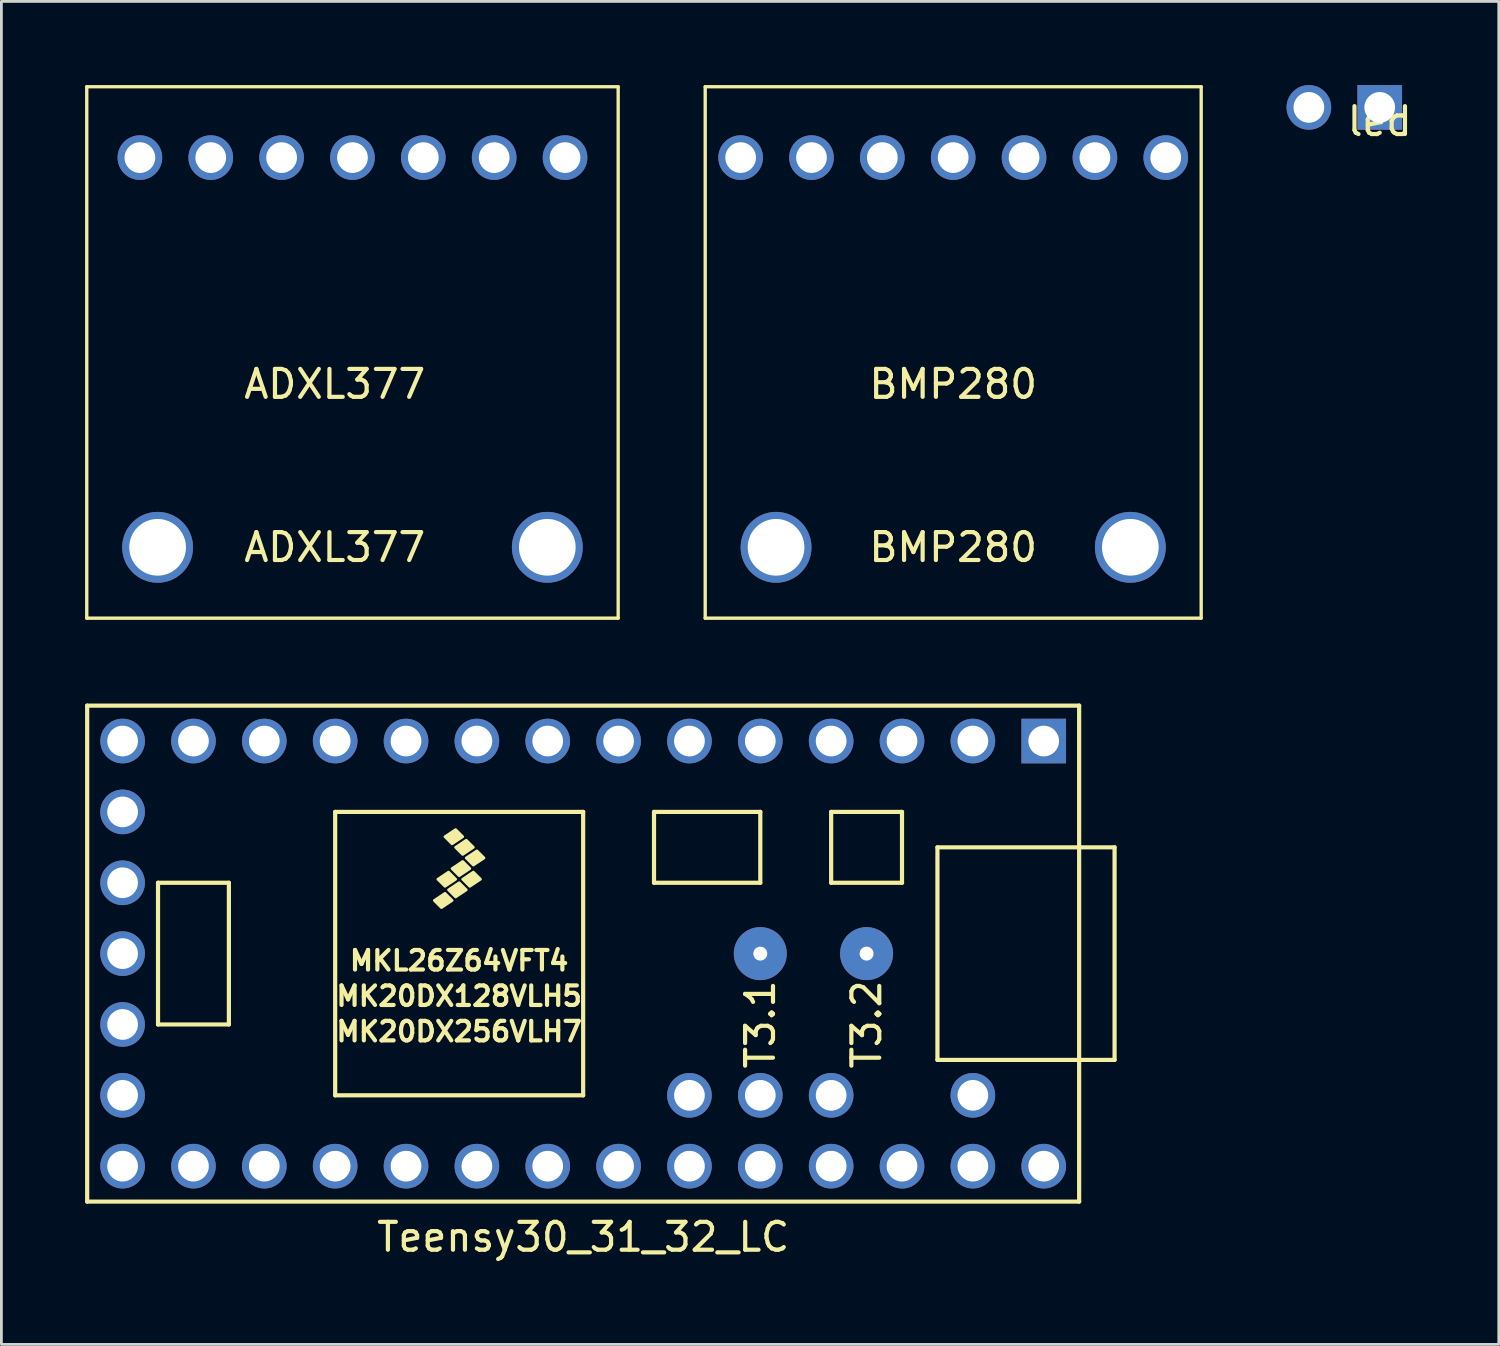
<source format=kicad_pcb>
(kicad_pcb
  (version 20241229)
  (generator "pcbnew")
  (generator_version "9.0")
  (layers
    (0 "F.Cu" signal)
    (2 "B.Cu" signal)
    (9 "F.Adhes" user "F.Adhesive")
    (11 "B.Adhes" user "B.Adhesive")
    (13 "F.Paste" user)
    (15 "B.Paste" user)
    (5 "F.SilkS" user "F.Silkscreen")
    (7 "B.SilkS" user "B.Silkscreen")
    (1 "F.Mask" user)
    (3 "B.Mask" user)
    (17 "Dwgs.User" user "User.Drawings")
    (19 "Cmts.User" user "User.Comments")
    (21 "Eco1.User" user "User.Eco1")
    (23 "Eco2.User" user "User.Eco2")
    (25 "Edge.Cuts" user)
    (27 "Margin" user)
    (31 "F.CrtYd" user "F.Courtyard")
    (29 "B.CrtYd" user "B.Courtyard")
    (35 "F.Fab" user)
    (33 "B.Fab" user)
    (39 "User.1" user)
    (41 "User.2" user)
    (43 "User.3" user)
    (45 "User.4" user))
  (footprint "Teensy30_31_32_LC"
    (layer "F.Cu")
    (at 20.395 31.135)
    (property "Reference" "Teensy30_31_32_LC" (at -2.54 10.16 180) (layer "F.SilkS") (effects (font (size 1 1) (thickness 0.15))))
    (attr through_hole)
    (fp_line (start -20.32 -8.89) (end 15.24 -8.89) (stroke (width 0.15) (type solid)) (layer "F.SilkS"))
    (fp_line (start -20.32 8.89) (end -20.32 -8.89) (stroke (width 0.15) (type solid)) (layer "F.SilkS"))
    (fp_line (start -17.78 -2.54) (end -15.24 -2.54) (stroke (width 0.15) (type solid)) (layer "F.SilkS"))
    (fp_line (start -17.78 2.54) (end -17.78 -2.54) (stroke (width 0.15) (type solid)) (layer "F.SilkS"))
    (fp_line (start -15.24 -2.54) (end -15.24 2.54) (stroke (width 0.15) (type solid)) (layer "F.SilkS"))
    (fp_line (start -15.24 2.54) (end -17.78 2.54) (stroke (width 0.15) (type solid)) (layer "F.SilkS"))
    (fp_line (start -11.43 -5.08) (end -11.43 5.08) (stroke (width 0.15) (type solid)) (layer "F.SilkS"))
    (fp_line (start -11.43 -5.08) (end -2.54 -5.08) (stroke (width 0.15) (type solid)) (layer "F.SilkS"))
    (fp_line (start -11.43 5.08) (end -2.54 5.08) (stroke (width 0.15) (type solid)) (layer "F.SilkS"))
    (fp_line (start -2.54 5.08) (end -2.54 -5.08) (stroke (width 0.15) (type solid)) (layer "F.SilkS"))
    (fp_line (start 0 -5.08) (end 0 -2.54) (stroke (width 0.15) (type solid)) (layer "F.SilkS"))
    (fp_line (start 0 -2.54) (end 3.81 -2.54) (stroke (width 0.15) (type solid)) (layer "F.SilkS"))
    (fp_line (start 3.81 -5.08) (end 0 -5.08) (stroke (width 0.15) (type solid)) (layer "F.SilkS"))
    (fp_line (start 3.81 -2.54) (end 3.81 -5.08) (stroke (width 0.15) (type solid)) (layer "F.SilkS"))
    (fp_line (start 6.35 -5.08) (end 6.35 -2.54) (stroke (width 0.15) (type solid)) (layer "F.SilkS"))
    (fp_line (start 6.35 -2.54) (end 8.89 -2.54) (stroke (width 0.15) (type solid)) (layer "F.SilkS"))
    (fp_line (start 8.89 -5.08) (end 6.35 -5.08) (stroke (width 0.15) (type solid)) (layer "F.SilkS"))
    (fp_line (start 8.89 -2.54) (end 8.89 -5.08) (stroke (width 0.15) (type solid)) (layer "F.SilkS"))
    (fp_line (start 10.16 -3.81) (end 10.16 3.81) (stroke (width 0.15) (type solid)) (layer "F.SilkS"))
    (fp_line (start 10.16 -3.81) (end 15.24 -3.81) (stroke (width 0.15) (type solid)) (layer "F.SilkS"))
    (fp_line (start 10.16 3.81) (end 15.24 3.81) (stroke (width 0.15) (type solid)) (layer "F.SilkS"))
    (fp_line (start 15.24 -8.89) (end 15.24 8.89) (stroke (width 0.15) (type solid)) (layer "F.SilkS"))
    (fp_line (start 15.24 -3.81) (end 16.51 -3.81) (stroke (width 0.15) (type solid)) (layer "F.SilkS"))
    (fp_line (start 15.24 8.89) (end -20.32 8.89) (stroke (width 0.15) (type solid)) (layer "F.SilkS"))
    (fp_line (start 16.51 -3.81) (end 16.51 3.81) (stroke (width 0.15) (type solid)) (layer "F.SilkS"))
    (fp_line (start 16.51 3.81) (end 15.24 3.81) (stroke (width 0.15) (type solid)) (layer "F.SilkS"))
    (fp_poly (pts (xy -7.493 -2.159) (xy -7.239 -1.905) (xy -7.62 -1.651) (xy -7.874 -1.905)) (stroke (width 0.1) (type solid)) (fill yes) (layer "F.SilkS"))
    (fp_poly (pts (xy -7.366 -2.921) (xy -7.112 -2.667) (xy -7.493 -2.413) (xy -7.747 -2.667)) (stroke (width 0.1) (type solid)) (fill yes) (layer "F.SilkS"))
    (fp_poly (pts (xy -7.112 -4.445) (xy -6.858 -4.191) (xy -7.239 -3.937) (xy -7.493 -4.191)) (stroke (width 0.1) (type solid)) (fill yes) (layer "F.SilkS"))
    (fp_poly (pts (xy -6.985 -2.54) (xy -6.731 -2.286) (xy -7.112 -2.032) (xy -7.366 -2.286)) (stroke (width 0.1) (type solid)) (fill yes) (layer "F.SilkS"))
    (fp_poly (pts (xy -6.858 -3.302) (xy -6.604 -3.048) (xy -6.985 -2.794) (xy -7.239 -3.048)) (stroke (width 0.1) (type solid)) (fill yes) (layer "F.SilkS"))
    (fp_poly (pts (xy -6.731 -4.064) (xy -6.477 -3.81) (xy -6.858 -3.556) (xy -7.112 -3.81)) (stroke (width 0.1) (type solid)) (fill yes) (layer "F.SilkS"))
    (fp_poly (pts (xy -6.477 -2.921) (xy -6.223 -2.667) (xy -6.604 -2.413) (xy -6.858 -2.667)) (stroke (width 0.1) (type solid)) (fill yes) (layer "F.SilkS"))
    (fp_poly (pts (xy -6.35 -3.683) (xy -6.096 -3.429) (xy -6.477 -3.175) (xy -6.731 -3.429)) (stroke (width 0.1) (type solid)) (fill yes) (layer "F.SilkS"))
    (fp_text user "MK20DX128VLH5" (at -6.985 1.524 180) (layer "F.SilkS") (effects (font (size 0.7 0.7) (thickness 0.15))))
    (fp_text user "MKL26Z64VFT4" (at -6.985 0.254 180) (layer "F.SilkS") (effects (font (size 0.7 0.7) (thickness 0.15))))
    (fp_text user "T3.1" (at 3.81 2.54 270) (layer "F.SilkS") (effects (font (size 1 1) (thickness 0.15))))
    (fp_text user "T3.2" (at 7.62 2.54 270) (layer "F.SilkS") (effects (font (size 1 1) (thickness 0.15))))
    (fp_text user "MK20DX256VLH7" (at -6.985 2.794 180) (layer "F.SilkS") (effects (font (size 0.7 0.7) (thickness 0.15))))
    (pad "1" thru_hole rect (at 13.97 -7.62 180) (size 1.6 1.6) (drill 1.1) (layers "*.Cu" "*.Mask"))
    (pad "2" thru_hole circle (at 11.43 -7.62 180) (size 1.6 1.6) (drill 1.1) (layers "*.Cu" "*.Mask"))
    (pad "3" thru_hole circle (at 8.89 -7.62 180) (size 1.6 1.6) (drill 1.1) (layers "*.Cu" "*.Mask"))
    (pad "4" thru_hole circle (at 6.35 -7.62 180) (size 1.6 1.6) (drill 1.1) (layers "*.Cu" "*.Mask"))
    (pad "5" thru_hole circle (at 3.81 -7.62 180) (size 1.6 1.6) (drill 1.1) (layers "*.Cu" "*.Mask"))
    (pad "6" thru_hole circle (at 1.27 -7.62 180) (size 1.6 1.6) (drill 1.1) (layers "*.Cu" "*.Mask"))
    (pad "7" thru_hole circle (at -1.27 -7.62 180) (size 1.6 1.6) (drill 1.1) (layers "*.Cu" "*.Mask"))
    (pad "8" thru_hole circle (at -3.81 -7.62 180) (size 1.6 1.6) (drill 1.1) (layers "*.Cu" "*.Mask"))
    (pad "9" thru_hole circle (at -6.35 -7.62 180) (size 1.6 1.6) (drill 1.1) (layers "*.Cu" "*.Mask"))
    (pad "10" thru_hole circle (at -8.89 -7.62 180) (size 1.6 1.6) (drill 1.1) (layers "*.Cu" "*.Mask"))
    (pad "11" thru_hole circle (at -11.43 -7.62 180) (size 1.6 1.6) (drill 1.1) (layers "*.Cu" "*.Mask"))
    (pad "12" thru_hole circle (at -13.97 -7.62 180) (size 1.6 1.6) (drill 1.1) (layers "*.Cu" "*.Mask"))
    (pad "13" thru_hole circle (at -16.51 -7.62 180) (size 1.6 1.6) (drill 1.1) (layers "*.Cu" "*.Mask"))
    (pad "14" thru_hole circle (at -19.05 -7.62 180) (size 1.6 1.6) (drill 1.1) (layers "*.Cu" "*.Mask"))
    (pad "15" thru_hole circle (at -19.05 -5.08 180) (size 1.6 1.6) (drill 1.1) (layers "*.Cu" "*.Mask"))
    (pad "16" thru_hole circle (at -19.05 -2.54 180) (size 1.6 1.6) (drill 1.1) (layers "*.Cu" "*.Mask"))
    (pad "17" thru_hole circle (at -19.05 0 180) (size 1.6 1.6) (drill 1.1) (layers "*.Cu" "*.Mask"))
    (pad "18" thru_hole circle (at -19.05 2.54 180) (size 1.6 1.6) (drill 1.1) (layers "*.Cu" "*.Mask"))
    (pad "19" thru_hole circle (at -19.05 5.08 180) (size 1.6 1.6) (drill 1.1) (layers "*.Cu" "*.Mask"))
    (pad "20" thru_hole circle (at -19.05 7.62 180) (size 1.6 1.6) (drill 1.1) (layers "*.Cu" "*.Mask"))
    (pad "21" thru_hole circle (at -16.51 7.62 180) (size 1.6 1.6) (drill 1.1) (layers "*.Cu" "*.Mask"))
    (pad "22" thru_hole circle (at -13.97 7.62 180) (size 1.6 1.6) (drill 1.1) (layers "*.Cu" "*.Mask"))
    (pad "23" thru_hole circle (at -11.43 7.62 180) (size 1.6 1.6) (drill 1.1) (layers "*.Cu" "*.Mask"))
    (pad "24" thru_hole circle (at -8.89 7.62 180) (size 1.6 1.6) (drill 1.1) (layers "*.Cu" "*.Mask"))
    (pad "25" thru_hole circle (at -6.35 7.62 180) (size 1.6 1.6) (drill 1.1) (layers "*.Cu" "*.Mask"))
    (pad "26" thru_hole circle (at -3.81 7.62 180) (size 1.6 1.6) (drill 1.1) (layers "*.Cu" "*.Mask"))
    (pad "27" thru_hole circle (at -1.27 7.62 180) (size 1.6 1.6) (drill 1.1) (layers "*.Cu" "*.Mask"))
    (pad "28" thru_hole circle (at 1.27 7.62 180) (size 1.6 1.6) (drill 1.1) (layers "*.Cu" "*.Mask"))
    (pad "29" thru_hole circle (at 3.81 7.62 180) (size 1.6 1.6) (drill 1.1) (layers "*.Cu" "*.Mask"))
    (pad "30" thru_hole circle (at 6.35 7.62 180) (size 1.6 1.6) (drill 1.1) (layers "*.Cu" "*.Mask"))
    (pad "31" thru_hole circle (at 8.89 7.62 180) (size 1.6 1.6) (drill 1.1) (layers "*.Cu" "*.Mask"))
    (pad "32" thru_hole circle (at 11.43 7.62 180) (size 1.6 1.6) (drill 1.1) (layers "*.Cu" "*.Mask"))
    (pad "33" thru_hole circle (at 13.97 7.62 180) (size 1.6 1.6) (drill 1.1) (layers "*.Cu" "*.Mask"))
    (pad "34" thru_hole circle (at 11.43 5.08 180) (size 1.6 1.6) (drill 1.1) (layers "*.Cu" "*.Mask"))
    (pad "35" thru_hole circle (at 6.35 5.08 180) (size 1.6 1.6) (drill 1.1) (layers "*.Cu" "*.Mask"))
    (pad "36" thru_hole circle (at 3.81 5.08 180) (size 1.6 1.6) (drill 1.1) (layers "*.Cu" "*.Mask"))
    (pad "37" thru_hole circle (at 1.27 5.08 180) (size 1.6 1.6) (drill 1.1) (layers "*.Cu" "*.Mask"))
    (pad "52" thru_hole circle (at 3.81 0 180) (size 1.9 1.9) (drill 0.5) (layers "*.Cu" "*.Mask"))
    (pad "52" thru_hole circle (at 7.62 0 180) (size 1.9 1.9) (drill 0.5) (layers "*.Cu" "*.Mask")))
  (footprint "ADXL377"
    (layer "F.Cu")
    (at 8.95 10.22)
    (property "Reference" "ADXL377" (at 0 0.5 0) (layer "F.SilkS") (effects (font (size 1 1) (thickness 0.15))))
    (attr through_hole)
    (fp_line (start -8.89 -10.16) (end 10.16 -10.16) (stroke (width 0.12) (type solid)) (layer "F.SilkS"))
    (fp_line (start -8.89 8.89) (end -8.89 -10.16) (stroke (width 0.12) (type solid)) (layer "F.SilkS"))
    (fp_line (start -8.89 8.89) (end 10.16 8.89) (stroke (width 0.12) (type solid)) (layer "F.SilkS"))
    (fp_line (start 10.16 -10.16) (end 10.16 8.89) (stroke (width 0.12) (type solid)) (layer "F.SilkS"))
    (fp_text user "ADXL377" (at 0 6.35 0) (layer "F.SilkS") (effects (font (size 1 1) (thickness 0.15))))
    (pad "2" thru_hole circle (at -6.985 -7.62) (size 1.6 1.6) (drill 1.1) (layers "*.Cu" "*.Mask"))
    (pad "2" thru_hole circle (at -6.35 6.35) (size 2.54 2.54) (drill 2.032) (layers "*.Cu" "*.Mask"))
    (pad "2" thru_hole circle (at -4.445 -7.62) (size 1.6 1.6) (drill 1.1) (layers "*.Cu" "*.Mask"))
    (pad "2" thru_hole circle (at -1.905 -7.62) (size 1.6 1.6) (drill 1.1) (layers "*.Cu" "*.Mask"))
    (pad "2" thru_hole circle (at 0.635 -7.62) (size 1.6 1.6) (drill 1.1) (layers "*.Cu" "*.Mask"))
    (pad "2" thru_hole circle (at 3.175 -7.62) (size 1.6 1.6) (drill 1.1) (layers "*.Cu" "*.Mask"))
    (pad "2" thru_hole circle (at 5.715 -7.62) (size 1.6 1.6) (drill 1.1) (layers "*.Cu" "*.Mask"))
    (pad "2" thru_hole circle (at 7.62 6.35) (size 2.54 2.54) (drill 2.032) (layers "*.Cu" "*.Mask"))
    (pad "2" thru_hole circle (at 8.255 -7.62) (size 1.6 1.6) (drill 1.1) (layers "*.Cu" "*.Mask")))
  (footprint "BMP280"
    (layer "F.Cu")
    (at 31.12 10.22)
    (property "Reference" "BMP280" (at 0 0.5 0) (layer "F.SilkS") (effects (font (size 1 1) (thickness 0.15))))
    (attr through_hole)
    (fp_line (start -8.89 -10.16) (end 8.89 -10.16) (stroke (width 0.12) (type solid)) (layer "F.SilkS"))
    (fp_line (start -8.89 8.89) (end -8.89 -10.16) (stroke (width 0.12) (type solid)) (layer "F.SilkS"))
    (fp_line (start 8.89 -10.16) (end 8.89 8.89) (stroke (width 0.12) (type solid)) (layer "F.SilkS"))
    (fp_line (start 8.89 8.89) (end -8.89 8.89) (stroke (width 0.12) (type solid)) (layer "F.SilkS"))
    (fp_text user "BMP280" (at 0 6.35 0) (layer "F.SilkS") (effects (font (size 1 1) (thickness 0.15))))
    (pad "2" thru_hole circle (at -7.62 -7.62) (size 1.6 1.6) (drill 1.1) (layers "*.Cu" "*.Mask"))
    (pad "2" thru_hole circle (at -6.35 6.35) (size 2.54 2.54) (drill 2.032) (layers "*.Cu" "*.Mask"))
    (pad "2" thru_hole circle (at -5.08 -7.62) (size 1.6 1.6) (drill 1.1) (layers "*.Cu" "*.Mask"))
    (pad "2" thru_hole circle (at -2.54 -7.62) (size 1.6 1.6) (drill 1.1) (layers "*.Cu" "*.Mask"))
    (pad "2" thru_hole circle (at 0 -7.62) (size 1.6 1.6) (drill 1.1) (layers "*.Cu" "*.Mask"))
    (pad "2" thru_hole circle (at 2.54 -7.62) (size 1.6 1.6) (drill 1.1) (layers "*.Cu" "*.Mask"))
    (pad "2" thru_hole circle (at 5.08 -7.62) (size 1.6 1.6) (drill 1.1) (layers "*.Cu" "*.Mask"))
    (pad "2" thru_hole circle (at 6.35 6.35) (size 2.54 2.54) (drill 2.032) (layers "*.Cu" "*.Mask"))
    (pad "2" thru_hole circle (at 7.62 -7.62) (size 1.6 1.6) (drill 1.1) (layers "*.Cu" "*.Mask")))
  (footprint "led"
    (layer "F.Cu")
    (at 46.41 0.8)
    (property "Reference" "led" (at 0 0.5 0) (layer "F.SilkS") (effects (font (size 1 1) (thickness 0.15))))
    (attr through_hole)
    (pad "1" thru_hole rect (at 0 0 180) (size 1.6 1.6) (drill 1.1) (layers "*.Cu" "*.Mask"))
    (pad "2" thru_hole circle (at -2.54 0 180) (size 1.6 1.6) (drill 1.1) (layers "*.Cu" "*.Mask")))
  (gr_rect
    (start -3 -3)
    (end 50.678 45.143)
    (stroke (width 0.1) (type default))
    (fill no)
    (layer "Edge.Cuts")))
</source>
